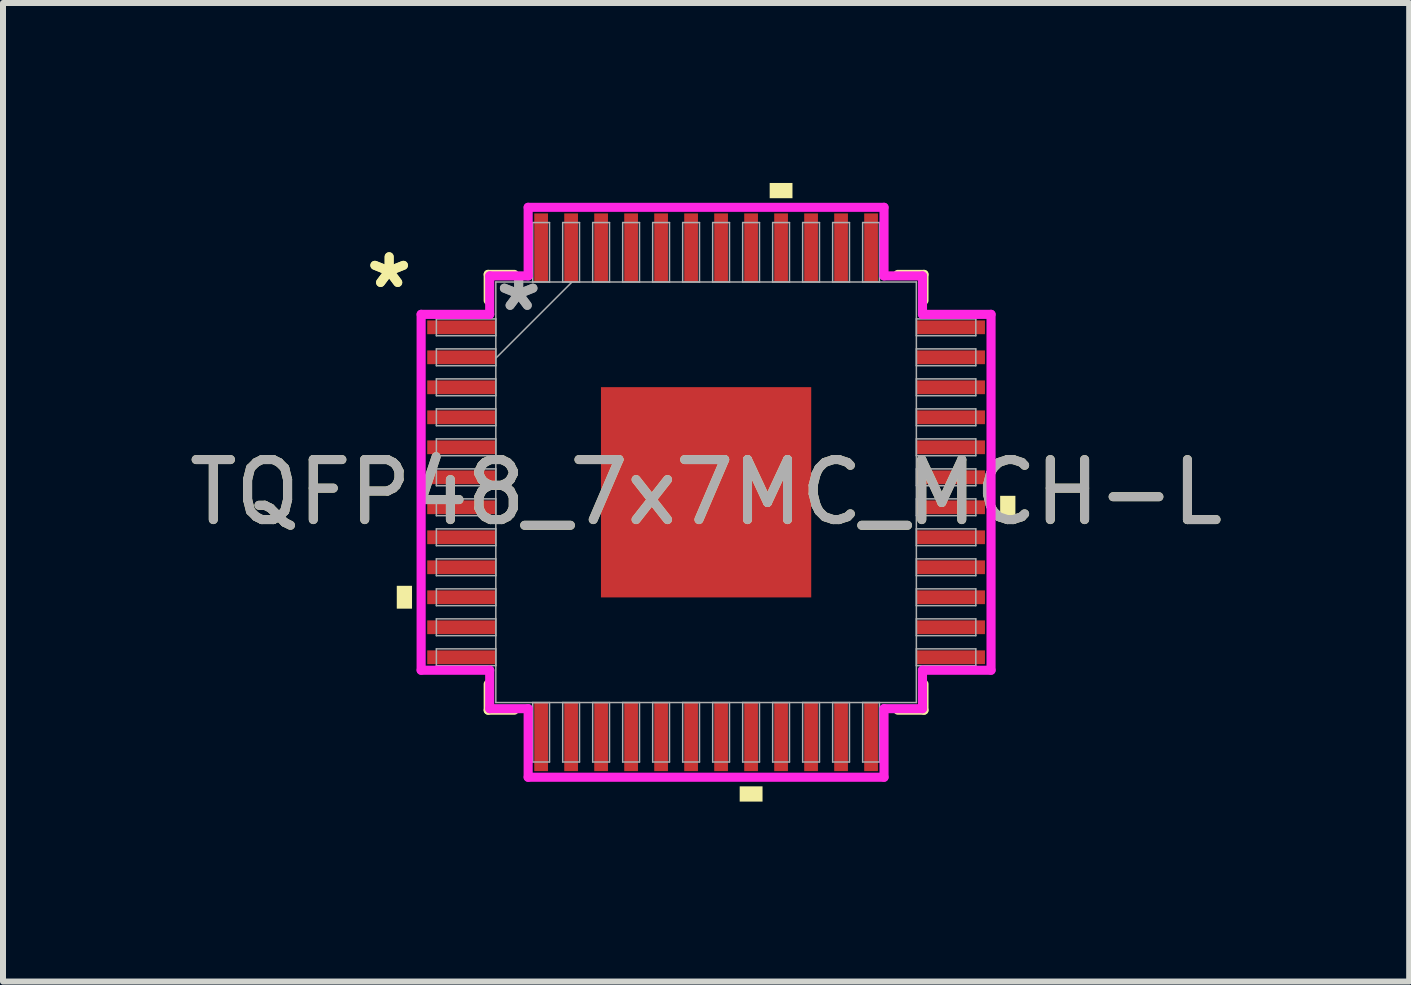
<source format=kicad_pcb>
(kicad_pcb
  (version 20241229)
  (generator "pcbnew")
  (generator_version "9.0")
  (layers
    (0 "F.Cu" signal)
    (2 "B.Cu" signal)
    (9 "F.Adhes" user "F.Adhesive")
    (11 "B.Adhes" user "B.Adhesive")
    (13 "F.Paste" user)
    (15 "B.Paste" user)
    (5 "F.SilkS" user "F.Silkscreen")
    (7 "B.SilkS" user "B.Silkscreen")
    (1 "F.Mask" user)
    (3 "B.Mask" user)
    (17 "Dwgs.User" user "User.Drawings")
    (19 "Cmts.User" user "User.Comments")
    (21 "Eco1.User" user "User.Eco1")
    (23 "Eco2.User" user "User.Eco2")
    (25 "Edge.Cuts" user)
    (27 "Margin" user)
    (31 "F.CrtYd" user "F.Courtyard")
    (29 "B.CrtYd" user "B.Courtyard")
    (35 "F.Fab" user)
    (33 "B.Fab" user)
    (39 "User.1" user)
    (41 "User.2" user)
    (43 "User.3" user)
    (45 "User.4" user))
  (footprint "TQFP48_7x7MC_MCH-L"
    (layer "F.Cu")
    (at 8.72 5.156)
    (property "Reference" "TQFP48_7x7MC_MCH-L" (at 0 0 0) (unlocked yes) (layer "F.SilkS") (effects (font (size 1 1) (thickness 0.15))))
    (attr smd)
    (fp_line (start -3.632 -3.632) (end -3.632 -3.197) (stroke (width 0.152) (type solid)) (layer "F.SilkS"))
    (fp_line (start -3.632 3.197) (end -3.632 3.632) (stroke (width 0.152) (type solid)) (layer "F.SilkS"))
    (fp_line (start -3.632 3.632) (end -3.197 3.632) (stroke (width 0.152) (type solid)) (layer "F.SilkS"))
    (fp_line (start -3.197 -3.632) (end -3.632 -3.632) (stroke (width 0.152) (type solid)) (layer "F.SilkS"))
    (fp_line (start 3.197 3.632) (end 3.632 3.632) (stroke (width 0.152) (type solid)) (layer "F.SilkS"))
    (fp_line (start 3.632 -3.632) (end 3.197 -3.632) (stroke (width 0.152) (type solid)) (layer "F.SilkS"))
    (fp_line (start 3.632 -3.197) (end 3.632 -3.632) (stroke (width 0.152) (type solid)) (layer "F.SilkS"))
    (fp_line (start 3.632 3.632) (end 3.632 3.197) (stroke (width 0.152) (type solid)) (layer "F.SilkS"))
    (fp_poly (pts (xy -5.156 1.559) (xy -5.156 1.94) (xy -4.902 1.94) (xy -4.902 1.559)) (stroke (width 0) (type solid)) (fill yes) (layer "F.SilkS"))
    (fp_poly (pts (xy 0.56 4.902) (xy 0.56 5.156) (xy 0.941 5.156) (xy 0.941 4.902)) (stroke (width 0) (type solid)) (fill yes) (layer "F.SilkS"))
    (fp_poly (pts (xy 1.06 -4.902) (xy 1.06 -5.156) (xy 1.44 -5.156) (xy 1.44 -4.902)) (stroke (width 0) (type solid)) (fill yes) (layer "F.SilkS"))
    (fp_poly (pts (xy 5.156 0.059) (xy 5.156 0.441) (xy 4.902 0.441) (xy 4.902 0.059)) (stroke (width 0) (type solid)) (fill yes) (layer "F.SilkS"))
    (fp_poly (pts (xy -1.653 -1.653) (xy -1.653 -0.1) (xy -0.1 -0.1) (xy -0.1 -1.653)) (stroke (width 0) (type solid)) (fill yes) (layer "F.Paste"))
    (fp_poly (pts (xy -1.653 0.1) (xy -1.653 1.653) (xy -0.1 1.653) (xy -0.1 0.1)) (stroke (width 0) (type solid)) (fill yes) (layer "F.Paste"))
    (fp_poly (pts (xy 0.1 -1.653) (xy 0.1 -0.1) (xy 1.653 -0.1) (xy 1.653 -1.653)) (stroke (width 0) (type solid)) (fill yes) (layer "F.Paste"))
    (fp_poly (pts (xy 0.1 0.1) (xy 0.1 1.653) (xy 1.653 1.653) (xy 1.653 0.1)) (stroke (width 0) (type solid)) (fill yes) (layer "F.Paste"))
    (fp_line (start -4.75 -2.966) (end -3.607 -2.966) (stroke (width 0.152) (type solid)) (layer "F.CrtYd"))
    (fp_line (start -4.75 2.966) (end -4.75 -2.966) (stroke (width 0.152) (type solid)) (layer "F.CrtYd"))
    (fp_line (start -3.607 -3.607) (end -2.966 -3.607) (stroke (width 0.152) (type solid)) (layer "F.CrtYd"))
    (fp_line (start -3.607 -2.966) (end -3.607 -3.607) (stroke (width 0.152) (type solid)) (layer "F.CrtYd"))
    (fp_line (start -3.607 2.966) (end -4.75 2.966) (stroke (width 0.152) (type solid)) (layer "F.CrtYd"))
    (fp_line (start -3.607 3.607) (end -3.607 2.966) (stroke (width 0.152) (type solid)) (layer "F.CrtYd"))
    (fp_line (start -3.607 3.607) (end -2.966 3.607) (stroke (width 0.152) (type solid)) (layer "F.CrtYd"))
    (fp_line (start -2.966 -4.75) (end 2.966 -4.75) (stroke (width 0.152) (type solid)) (layer "F.CrtYd"))
    (fp_line (start -2.966 -3.607) (end -2.966 -4.75) (stroke (width 0.152) (type solid)) (layer "F.CrtYd"))
    (fp_line (start -2.966 3.607) (end -2.966 4.75) (stroke (width 0.152) (type solid)) (layer "F.CrtYd"))
    (fp_line (start -2.966 4.75) (end 2.966 4.75) (stroke (width 0.152) (type solid)) (layer "F.CrtYd"))
    (fp_line (start 2.966 -4.75) (end 2.966 -3.607) (stroke (width 0.152) (type solid)) (layer "F.CrtYd"))
    (fp_line (start 2.966 -3.607) (end 3.607 -3.607) (stroke (width 0.152) (type solid)) (layer "F.CrtYd"))
    (fp_line (start 2.966 3.607) (end 3.607 3.607) (stroke (width 0.152) (type solid)) (layer "F.CrtYd"))
    (fp_line (start 2.966 4.75) (end 2.966 3.607) (stroke (width 0.152) (type solid)) (layer "F.CrtYd"))
    (fp_line (start 3.607 -2.966) (end 3.607 -3.607) (stroke (width 0.152) (type solid)) (layer "F.CrtYd"))
    (fp_line (start 3.607 2.966) (end 4.75 2.966) (stroke (width 0.152) (type solid)) (layer "F.CrtYd"))
    (fp_line (start 3.607 3.607) (end 3.607 2.966) (stroke (width 0.152) (type solid)) (layer "F.CrtYd"))
    (fp_line (start 4.75 -2.966) (end 3.607 -2.966) (stroke (width 0.152) (type solid)) (layer "F.CrtYd"))
    (fp_line (start 4.75 2.966) (end 4.75 -2.966) (stroke (width 0.152) (type solid)) (layer "F.CrtYd"))
    (fp_line (start -4.496 -2.89) (end -4.496 -2.61) (stroke (width 0.025) (type solid)) (layer "F.Fab"))
    (fp_line (start -4.496 -2.61) (end -3.505 -2.61) (stroke (width 0.025) (type solid)) (layer "F.Fab"))
    (fp_line (start -4.496 -2.39) (end -4.496 -2.11) (stroke (width 0.025) (type solid)) (layer "F.Fab"))
    (fp_line (start -4.496 -2.11) (end -3.505 -2.11) (stroke (width 0.025) (type solid)) (layer "F.Fab"))
    (fp_line (start -4.496 -1.89) (end -4.496 -1.61) (stroke (width 0.025) (type solid)) (layer "F.Fab"))
    (fp_line (start -4.496 -1.61) (end -3.505 -1.61) (stroke (width 0.025) (type solid)) (layer "F.Fab"))
    (fp_line (start -4.496 -1.39) (end -4.496 -1.11) (stroke (width 0.025) (type solid)) (layer "F.Fab"))
    (fp_line (start -4.496 -1.11) (end -3.505 -1.11) (stroke (width 0.025) (type solid)) (layer "F.Fab"))
    (fp_line (start -4.496 -0.89) (end -4.496 -0.61) (stroke (width 0.025) (type solid)) (layer "F.Fab"))
    (fp_line (start -4.496 -0.61) (end -3.505 -0.61) (stroke (width 0.025) (type solid)) (layer "F.Fab"))
    (fp_line (start -4.496 -0.39) (end -4.496 -0.11) (stroke (width 0.025) (type solid)) (layer "F.Fab"))
    (fp_line (start -4.496 -0.11) (end -3.505 -0.11) (stroke (width 0.025) (type solid)) (layer "F.Fab"))
    (fp_line (start -4.496 0.11) (end -4.496 0.39) (stroke (width 0.025) (type solid)) (layer "F.Fab"))
    (fp_line (start -4.496 0.39) (end -3.505 0.39) (stroke (width 0.025) (type solid)) (layer "F.Fab"))
    (fp_line (start -4.496 0.61) (end -4.496 0.89) (stroke (width 0.025) (type solid)) (layer "F.Fab"))
    (fp_line (start -4.496 0.89) (end -3.505 0.89) (stroke (width 0.025) (type solid)) (layer "F.Fab"))
    (fp_line (start -4.496 1.11) (end -4.496 1.39) (stroke (width 0.025) (type solid)) (layer "F.Fab"))
    (fp_line (start -4.496 1.39) (end -3.505 1.39) (stroke (width 0.025) (type solid)) (layer "F.Fab"))
    (fp_line (start -4.496 1.61) (end -4.496 1.89) (stroke (width 0.025) (type solid)) (layer "F.Fab"))
    (fp_line (start -4.496 1.89) (end -3.505 1.89) (stroke (width 0.025) (type solid)) (layer "F.Fab"))
    (fp_line (start -4.496 2.11) (end -4.496 2.39) (stroke (width 0.025) (type solid)) (layer "F.Fab"))
    (fp_line (start -4.496 2.39) (end -3.505 2.39) (stroke (width 0.025) (type solid)) (layer "F.Fab"))
    (fp_line (start -4.496 2.61) (end -4.496 2.89) (stroke (width 0.025) (type solid)) (layer "F.Fab"))
    (fp_line (start -4.496 2.89) (end -3.505 2.89) (stroke (width 0.025) (type solid)) (layer "F.Fab"))
    (fp_line (start -3.505 -3.505) (end -3.505 3.505) (stroke (width 0.025) (type solid)) (layer "F.Fab"))
    (fp_line (start -3.505 -2.89) (end -4.496 -2.89) (stroke (width 0.025) (type solid)) (layer "F.Fab"))
    (fp_line (start -3.505 -2.61) (end -3.505 -2.89) (stroke (width 0.025) (type solid)) (layer "F.Fab"))
    (fp_line (start -3.505 -2.39) (end -4.496 -2.39) (stroke (width 0.025) (type solid)) (layer "F.Fab"))
    (fp_line (start -3.505 -2.235) (end -2.235 -3.505) (stroke (width 0.025) (type solid)) (layer "F.Fab"))
    (fp_line (start -3.505 -2.11) (end -3.505 -2.39) (stroke (width 0.025) (type solid)) (layer "F.Fab"))
    (fp_line (start -3.505 -1.89) (end -4.496 -1.89) (stroke (width 0.025) (type solid)) (layer "F.Fab"))
    (fp_line (start -3.505 -1.61) (end -3.505 -1.89) (stroke (width 0.025) (type solid)) (layer "F.Fab"))
    (fp_line (start -3.505 -1.39) (end -4.496 -1.39) (stroke (width 0.025) (type solid)) (layer "F.Fab"))
    (fp_line (start -3.505 -1.11) (end -3.505 -1.39) (stroke (width 0.025) (type solid)) (layer "F.Fab"))
    (fp_line (start -3.505 -0.89) (end -4.496 -0.89) (stroke (width 0.025) (type solid)) (layer "F.Fab"))
    (fp_line (start -3.505 -0.61) (end -3.505 -0.89) (stroke (width 0.025) (type solid)) (layer "F.Fab"))
    (fp_line (start -3.505 -0.39) (end -4.496 -0.39) (stroke (width 0.025) (type solid)) (layer "F.Fab"))
    (fp_line (start -3.505 -0.11) (end -3.505 -0.39) (stroke (width 0.025) (type solid)) (layer "F.Fab"))
    (fp_line (start -3.505 0.11) (end -4.496 0.11) (stroke (width 0.025) (type solid)) (layer "F.Fab"))
    (fp_line (start -3.505 0.39) (end -3.505 0.11) (stroke (width 0.025) (type solid)) (layer "F.Fab"))
    (fp_line (start -3.505 0.61) (end -4.496 0.61) (stroke (width 0.025) (type solid)) (layer "F.Fab"))
    (fp_line (start -3.505 0.89) (end -3.505 0.61) (stroke (width 0.025) (type solid)) (layer "F.Fab"))
    (fp_line (start -3.505 1.11) (end -4.496 1.11) (stroke (width 0.025) (type solid)) (layer "F.Fab"))
    (fp_line (start -3.505 1.39) (end -3.505 1.11) (stroke (width 0.025) (type solid)) (layer "F.Fab"))
    (fp_line (start -3.505 1.61) (end -4.496 1.61) (stroke (width 0.025) (type solid)) (layer "F.Fab"))
    (fp_line (start -3.505 1.89) (end -3.505 1.61) (stroke (width 0.025) (type solid)) (layer "F.Fab"))
    (fp_line (start -3.505 2.11) (end -4.496 2.11) (stroke (width 0.025) (type solid)) (layer "F.Fab"))
    (fp_line (start -3.505 2.39) (end -3.505 2.11) (stroke (width 0.025) (type solid)) (layer "F.Fab"))
    (fp_line (start -3.505 2.61) (end -4.496 2.61) (stroke (width 0.025) (type solid)) (layer "F.Fab"))
    (fp_line (start -3.505 2.89) (end -3.505 2.61) (stroke (width 0.025) (type solid)) (layer "F.Fab"))
    (fp_line (start -3.505 3.505) (end 3.505 3.505) (stroke (width 0.025) (type solid)) (layer "F.Fab"))
    (fp_line (start -2.89 -4.496) (end -2.89 -3.505) (stroke (width 0.025) (type solid)) (layer "F.Fab"))
    (fp_line (start -2.89 -3.505) (end -2.61 -3.505) (stroke (width 0.025) (type solid)) (layer "F.Fab"))
    (fp_line (start -2.89 3.505) (end -2.89 4.496) (stroke (width 0.025) (type solid)) (layer "F.Fab"))
    (fp_line (start -2.89 4.496) (end -2.61 4.496) (stroke (width 0.025) (type solid)) (layer "F.Fab"))
    (fp_line (start -2.61 -4.496) (end -2.89 -4.496) (stroke (width 0.025) (type solid)) (layer "F.Fab"))
    (fp_line (start -2.61 -3.505) (end -2.61 -4.496) (stroke (width 0.025) (type solid)) (layer "F.Fab"))
    (fp_line (start -2.61 3.505) (end -2.89 3.505) (stroke (width 0.025) (type solid)) (layer "F.Fab"))
    (fp_line (start -2.61 4.496) (end -2.61 3.505) (stroke (width 0.025) (type solid)) (layer "F.Fab"))
    (fp_line (start -2.39 -4.496) (end -2.39 -3.505) (stroke (width 0.025) (type solid)) (layer "F.Fab"))
    (fp_line (start -2.39 -3.505) (end -2.11 -3.505) (stroke (width 0.025) (type solid)) (layer "F.Fab"))
    (fp_line (start -2.39 3.505) (end -2.39 4.496) (stroke (width 0.025) (type solid)) (layer "F.Fab"))
    (fp_line (start -2.39 4.496) (end -2.11 4.496) (stroke (width 0.025) (type solid)) (layer "F.Fab"))
    (fp_line (start -2.11 -4.496) (end -2.39 -4.496) (stroke (width 0.025) (type solid)) (layer "F.Fab"))
    (fp_line (start -2.11 -3.505) (end -2.11 -4.496) (stroke (width 0.025) (type solid)) (layer "F.Fab"))
    (fp_line (start -2.11 3.505) (end -2.39 3.505) (stroke (width 0.025) (type solid)) (layer "F.Fab"))
    (fp_line (start -2.11 4.496) (end -2.11 3.505) (stroke (width 0.025) (type solid)) (layer "F.Fab"))
    (fp_line (start -1.89 -4.496) (end -1.89 -3.505) (stroke (width 0.025) (type solid)) (layer "F.Fab"))
    (fp_line (start -1.89 -3.505) (end -1.61 -3.505) (stroke (width 0.025) (type solid)) (layer "F.Fab"))
    (fp_line (start -1.89 3.505) (end -1.89 4.496) (stroke (width 0.025) (type solid)) (layer "F.Fab"))
    (fp_line (start -1.89 4.496) (end -1.61 4.496) (stroke (width 0.025) (type solid)) (layer "F.Fab"))
    (fp_line (start -1.61 -4.496) (end -1.89 -4.496) (stroke (width 0.025) (type solid)) (layer "F.Fab"))
    (fp_line (start -1.61 -3.505) (end -1.61 -4.496) (stroke (width 0.025) (type solid)) (layer "F.Fab"))
    (fp_line (start -1.61 3.505) (end -1.89 3.505) (stroke (width 0.025) (type solid)) (layer "F.Fab"))
    (fp_line (start -1.61 4.496) (end -1.61 3.505) (stroke (width 0.025) (type solid)) (layer "F.Fab"))
    (fp_line (start -1.39 -4.496) (end -1.39 -3.505) (stroke (width 0.025) (type solid)) (layer "F.Fab"))
    (fp_line (start -1.39 -3.505) (end -1.11 -3.505) (stroke (width 0.025) (type solid)) (layer "F.Fab"))
    (fp_line (start -1.39 3.505) (end -1.39 4.496) (stroke (width 0.025) (type solid)) (layer "F.Fab"))
    (fp_line (start -1.39 4.496) (end -1.11 4.496) (stroke (width 0.025) (type solid)) (layer "F.Fab"))
    (fp_line (start -1.11 -4.496) (end -1.39 -4.496) (stroke (width 0.025) (type solid)) (layer "F.Fab"))
    (fp_line (start -1.11 -3.505) (end -1.11 -4.496) (stroke (width 0.025) (type solid)) (layer "F.Fab"))
    (fp_line (start -1.11 3.505) (end -1.39 3.505) (stroke (width 0.025) (type solid)) (layer "F.Fab"))
    (fp_line (start -1.11 4.496) (end -1.11 3.505) (stroke (width 0.025) (type solid)) (layer "F.Fab"))
    (fp_line (start -0.89 -4.496) (end -0.89 -3.505) (stroke (width 0.025) (type solid)) (layer "F.Fab"))
    (fp_line (start -0.89 -3.505) (end -0.61 -3.505) (stroke (width 0.025) (type solid)) (layer "F.Fab"))
    (fp_line (start -0.89 3.505) (end -0.89 4.496) (stroke (width 0.025) (type solid)) (layer "F.Fab"))
    (fp_line (start -0.89 4.496) (end -0.61 4.496) (stroke (width 0.025) (type solid)) (layer "F.Fab"))
    (fp_line (start -0.61 -4.496) (end -0.89 -4.496) (stroke (width 0.025) (type solid)) (layer "F.Fab"))
    (fp_line (start -0.61 -3.505) (end -0.61 -4.496) (stroke (width 0.025) (type solid)) (layer "F.Fab"))
    (fp_line (start -0.61 3.505) (end -0.89 3.505) (stroke (width 0.025) (type solid)) (layer "F.Fab"))
    (fp_line (start -0.61 4.496) (end -0.61 3.505) (stroke (width 0.025) (type solid)) (layer "F.Fab"))
    (fp_line (start -0.39 -4.496) (end -0.39 -3.505) (stroke (width 0.025) (type solid)) (layer "F.Fab"))
    (fp_line (start -0.39 -3.505) (end -0.11 -3.505) (stroke (width 0.025) (type solid)) (layer "F.Fab"))
    (fp_line (start -0.39 3.505) (end -0.39 4.496) (stroke (width 0.025) (type solid)) (layer "F.Fab"))
    (fp_line (start -0.39 4.496) (end -0.11 4.496) (stroke (width 0.025) (type solid)) (layer "F.Fab"))
    (fp_line (start -0.11 -4.496) (end -0.39 -4.496) (stroke (width 0.025) (type solid)) (layer "F.Fab"))
    (fp_line (start -0.11 -3.505) (end -0.11 -4.496) (stroke (width 0.025) (type solid)) (layer "F.Fab"))
    (fp_line (start -0.11 3.505) (end -0.39 3.505) (stroke (width 0.025) (type solid)) (layer "F.Fab"))
    (fp_line (start -0.11 4.496) (end -0.11 3.505) (stroke (width 0.025) (type solid)) (layer "F.Fab"))
    (fp_line (start 0.11 -4.496) (end 0.11 -3.505) (stroke (width 0.025) (type solid)) (layer "F.Fab"))
    (fp_line (start 0.11 -3.505) (end 0.39 -3.505) (stroke (width 0.025) (type solid)) (layer "F.Fab"))
    (fp_line (start 0.11 3.505) (end 0.11 4.496) (stroke (width 0.025) (type solid)) (layer "F.Fab"))
    (fp_line (start 0.11 4.496) (end 0.39 4.496) (stroke (width 0.025) (type solid)) (layer "F.Fab"))
    (fp_line (start 0.39 -4.496) (end 0.11 -4.496) (stroke (width 0.025) (type solid)) (layer "F.Fab"))
    (fp_line (start 0.39 -3.505) (end 0.39 -4.496) (stroke (width 0.025) (type solid)) (layer "F.Fab"))
    (fp_line (start 0.39 3.505) (end 0.11 3.505) (stroke (width 0.025) (type solid)) (layer "F.Fab"))
    (fp_line (start 0.39 4.496) (end 0.39 3.505) (stroke (width 0.025) (type solid)) (layer "F.Fab"))
    (fp_line (start 0.61 -4.496) (end 0.61 -3.505) (stroke (width 0.025) (type solid)) (layer "F.Fab"))
    (fp_line (start 0.61 -3.505) (end 0.89 -3.505) (stroke (width 0.025) (type solid)) (layer "F.Fab"))
    (fp_line (start 0.61 3.505) (end 0.61 4.496) (stroke (width 0.025) (type solid)) (layer "F.Fab"))
    (fp_line (start 0.61 4.496) (end 0.89 4.496) (stroke (width 0.025) (type solid)) (layer "F.Fab"))
    (fp_line (start 0.89 -4.496) (end 0.61 -4.496) (stroke (width 0.025) (type solid)) (layer "F.Fab"))
    (fp_line (start 0.89 -3.505) (end 0.89 -4.496) (stroke (width 0.025) (type solid)) (layer "F.Fab"))
    (fp_line (start 0.89 3.505) (end 0.61 3.505) (stroke (width 0.025) (type solid)) (layer "F.Fab"))
    (fp_line (start 0.89 4.496) (end 0.89 3.505) (stroke (width 0.025) (type solid)) (layer "F.Fab"))
    (fp_line (start 1.11 -4.496) (end 1.11 -3.505) (stroke (width 0.025) (type solid)) (layer "F.Fab"))
    (fp_line (start 1.11 -3.505) (end 1.39 -3.505) (stroke (width 0.025) (type solid)) (layer "F.Fab"))
    (fp_line (start 1.11 3.505) (end 1.11 4.496) (stroke (width 0.025) (type solid)) (layer "F.Fab"))
    (fp_line (start 1.11 4.496) (end 1.39 4.496) (stroke (width 0.025) (type solid)) (layer "F.Fab"))
    (fp_line (start 1.39 -4.496) (end 1.11 -4.496) (stroke (width 0.025) (type solid)) (layer "F.Fab"))
    (fp_line (start 1.39 -3.505) (end 1.39 -4.496) (stroke (width 0.025) (type solid)) (layer "F.Fab"))
    (fp_line (start 1.39 3.505) (end 1.11 3.505) (stroke (width 0.025) (type solid)) (layer "F.Fab"))
    (fp_line (start 1.39 4.496) (end 1.39 3.505) (stroke (width 0.025) (type solid)) (layer "F.Fab"))
    (fp_line (start 1.61 -4.496) (end 1.61 -3.505) (stroke (width 0.025) (type solid)) (layer "F.Fab"))
    (fp_line (start 1.61 -3.505) (end 1.89 -3.505) (stroke (width 0.025) (type solid)) (layer "F.Fab"))
    (fp_line (start 1.61 3.505) (end 1.61 4.496) (stroke (width 0.025) (type solid)) (layer "F.Fab"))
    (fp_line (start 1.61 4.496) (end 1.89 4.496) (stroke (width 0.025) (type solid)) (layer "F.Fab"))
    (fp_line (start 1.89 -4.496) (end 1.61 -4.496) (stroke (width 0.025) (type solid)) (layer "F.Fab"))
    (fp_line (start 1.89 -3.505) (end 1.89 -4.496) (stroke (width 0.025) (type solid)) (layer "F.Fab"))
    (fp_line (start 1.89 3.505) (end 1.61 3.505) (stroke (width 0.025) (type solid)) (layer "F.Fab"))
    (fp_line (start 1.89 4.496) (end 1.89 3.505) (stroke (width 0.025) (type solid)) (layer "F.Fab"))
    (fp_line (start 2.11 -4.496) (end 2.11 -3.505) (stroke (width 0.025) (type solid)) (layer "F.Fab"))
    (fp_line (start 2.11 -3.505) (end 2.39 -3.505) (stroke (width 0.025) (type solid)) (layer "F.Fab"))
    (fp_line (start 2.11 3.505) (end 2.11 4.496) (stroke (width 0.025) (type solid)) (layer "F.Fab"))
    (fp_line (start 2.11 4.496) (end 2.39 4.496) (stroke (width 0.025) (type solid)) (layer "F.Fab"))
    (fp_line (start 2.39 -4.496) (end 2.11 -4.496) (stroke (width 0.025) (type solid)) (layer "F.Fab"))
    (fp_line (start 2.39 -3.505) (end 2.39 -4.496) (stroke (width 0.025) (type solid)) (layer "F.Fab"))
    (fp_line (start 2.39 3.505) (end 2.11 3.505) (stroke (width 0.025) (type solid)) (layer "F.Fab"))
    (fp_line (start 2.39 4.496) (end 2.39 3.505) (stroke (width 0.025) (type solid)) (layer "F.Fab"))
    (fp_line (start 2.61 -4.496) (end 2.61 -3.505) (stroke (width 0.025) (type solid)) (layer "F.Fab"))
    (fp_line (start 2.61 -3.505) (end 2.89 -3.505) (stroke (width 0.025) (type solid)) (layer "F.Fab"))
    (fp_line (start 2.61 3.505) (end 2.61 4.496) (stroke (width 0.025) (type solid)) (layer "F.Fab"))
    (fp_line (start 2.61 4.496) (end 2.89 4.496) (stroke (width 0.025) (type solid)) (layer "F.Fab"))
    (fp_line (start 2.89 -4.496) (end 2.61 -4.496) (stroke (width 0.025) (type solid)) (layer "F.Fab"))
    (fp_line (start 2.89 -3.505) (end 2.89 -4.496) (stroke (width 0.025) (type solid)) (layer "F.Fab"))
    (fp_line (start 2.89 3.505) (end 2.61 3.505) (stroke (width 0.025) (type solid)) (layer "F.Fab"))
    (fp_line (start 2.89 4.496) (end 2.89 3.505) (stroke (width 0.025) (type solid)) (layer "F.Fab"))
    (fp_line (start 3.505 -3.505) (end -3.505 -3.505) (stroke (width 0.025) (type solid)) (layer "F.Fab"))
    (fp_line (start 3.505 -2.89) (end 3.505 -2.61) (stroke (width 0.025) (type solid)) (layer "F.Fab"))
    (fp_line (start 3.505 -2.61) (end 4.496 -2.61) (stroke (width 0.025) (type solid)) (layer "F.Fab"))
    (fp_line (start 3.505 -2.39) (end 3.505 -2.11) (stroke (width 0.025) (type solid)) (layer "F.Fab"))
    (fp_line (start 3.505 -2.11) (end 4.496 -2.11) (stroke (width 0.025) (type solid)) (layer "F.Fab"))
    (fp_line (start 3.505 -1.89) (end 3.505 -1.61) (stroke (width 0.025) (type solid)) (layer "F.Fab"))
    (fp_line (start 3.505 -1.61) (end 4.496 -1.61) (stroke (width 0.025) (type solid)) (layer "F.Fab"))
    (fp_line (start 3.505 -1.39) (end 3.505 -1.11) (stroke (width 0.025) (type solid)) (layer "F.Fab"))
    (fp_line (start 3.505 -1.11) (end 4.496 -1.11) (stroke (width 0.025) (type solid)) (layer "F.Fab"))
    (fp_line (start 3.505 -0.89) (end 3.505 -0.61) (stroke (width 0.025) (type solid)) (layer "F.Fab"))
    (fp_line (start 3.505 -0.61) (end 4.496 -0.61) (stroke (width 0.025) (type solid)) (layer "F.Fab"))
    (fp_line (start 3.505 -0.39) (end 3.505 -0.11) (stroke (width 0.025) (type solid)) (layer "F.Fab"))
    (fp_line (start 3.505 -0.11) (end 4.496 -0.11) (stroke (width 0.025) (type solid)) (layer "F.Fab"))
    (fp_line (start 3.505 0.11) (end 3.505 0.39) (stroke (width 0.025) (type solid)) (layer "F.Fab"))
    (fp_line (start 3.505 0.39) (end 4.496 0.39) (stroke (width 0.025) (type solid)) (layer "F.Fab"))
    (fp_line (start 3.505 0.61) (end 3.505 0.89) (stroke (width 0.025) (type solid)) (layer "F.Fab"))
    (fp_line (start 3.505 0.89) (end 4.496 0.89) (stroke (width 0.025) (type solid)) (layer "F.Fab"))
    (fp_line (start 3.505 1.11) (end 3.505 1.39) (stroke (width 0.025) (type solid)) (layer "F.Fab"))
    (fp_line (start 3.505 1.39) (end 4.496 1.39) (stroke (width 0.025) (type solid)) (layer "F.Fab"))
    (fp_line (start 3.505 1.61) (end 3.505 1.89) (stroke (width 0.025) (type solid)) (layer "F.Fab"))
    (fp_line (start 3.505 1.89) (end 4.496 1.89) (stroke (width 0.025) (type solid)) (layer "F.Fab"))
    (fp_line (start 3.505 2.11) (end 3.505 2.39) (stroke (width 0.025) (type solid)) (layer "F.Fab"))
    (fp_line (start 3.505 2.39) (end 4.496 2.39) (stroke (width 0.025) (type solid)) (layer "F.Fab"))
    (fp_line (start 3.505 2.61) (end 3.505 2.89) (stroke (width 0.025) (type solid)) (layer "F.Fab"))
    (fp_line (start 3.505 2.89) (end 4.496 2.89) (stroke (width 0.025) (type solid)) (layer "F.Fab"))
    (fp_line (start 3.505 3.505) (end 3.505 -3.505) (stroke (width 0.025) (type solid)) (layer "F.Fab"))
    (fp_line (start 4.496 -2.89) (end 3.505 -2.89) (stroke (width 0.025) (type solid)) (layer "F.Fab"))
    (fp_line (start 4.496 -2.61) (end 4.496 -2.89) (stroke (width 0.025) (type solid)) (layer "F.Fab"))
    (fp_line (start 4.496 -2.39) (end 3.505 -2.39) (stroke (width 0.025) (type solid)) (layer "F.Fab"))
    (fp_line (start 4.496 -2.11) (end 4.496 -2.39) (stroke (width 0.025) (type solid)) (layer "F.Fab"))
    (fp_line (start 4.496 -1.89) (end 3.505 -1.89) (stroke (width 0.025) (type solid)) (layer "F.Fab"))
    (fp_line (start 4.496 -1.61) (end 4.496 -1.89) (stroke (width 0.025) (type solid)) (layer "F.Fab"))
    (fp_line (start 4.496 -1.39) (end 3.505 -1.39) (stroke (width 0.025) (type solid)) (layer "F.Fab"))
    (fp_line (start 4.496 -1.11) (end 4.496 -1.39) (stroke (width 0.025) (type solid)) (layer "F.Fab"))
    (fp_line (start 4.496 -0.89) (end 3.505 -0.89) (stroke (width 0.025) (type solid)) (layer "F.Fab"))
    (fp_line (start 4.496 -0.61) (end 4.496 -0.89) (stroke (width 0.025) (type solid)) (layer "F.Fab"))
    (fp_line (start 4.496 -0.39) (end 3.505 -0.39) (stroke (width 0.025) (type solid)) (layer "F.Fab"))
    (fp_line (start 4.496 -0.11) (end 4.496 -0.39) (stroke (width 0.025) (type solid)) (layer "F.Fab"))
    (fp_line (start 4.496 0.11) (end 3.505 0.11) (stroke (width 0.025) (type solid)) (layer "F.Fab"))
    (fp_line (start 4.496 0.39) (end 4.496 0.11) (stroke (width 0.025) (type solid)) (layer "F.Fab"))
    (fp_line (start 4.496 0.61) (end 3.505 0.61) (stroke (width 0.025) (type solid)) (layer "F.Fab"))
    (fp_line (start 4.496 0.89) (end 4.496 0.61) (stroke (width 0.025) (type solid)) (layer "F.Fab"))
    (fp_line (start 4.496 1.11) (end 3.505 1.11) (stroke (width 0.025) (type solid)) (layer "F.Fab"))
    (fp_line (start 4.496 1.39) (end 4.496 1.11) (stroke (width 0.025) (type solid)) (layer "F.Fab"))
    (fp_line (start 4.496 1.61) (end 3.505 1.61) (stroke (width 0.025) (type solid)) (layer "F.Fab"))
    (fp_line (start 4.496 1.89) (end 4.496 1.61) (stroke (width 0.025) (type solid)) (layer "F.Fab"))
    (fp_line (start 4.496 2.11) (end 3.505 2.11) (stroke (width 0.025) (type solid)) (layer "F.Fab"))
    (fp_line (start 4.496 2.39) (end 4.496 2.11) (stroke (width 0.025) (type solid)) (layer "F.Fab"))
    (fp_line (start 4.496 2.61) (end 3.505 2.61) (stroke (width 0.025) (type solid)) (layer "F.Fab"))
    (fp_line (start 4.496 2.89) (end 4.496 2.61) (stroke (width 0.025) (type solid)) (layer "F.Fab"))
    (fp_text user "*" (at -5.283 -3.381 0) (layer "F.SilkS") (effects (font (size 1 1) (thickness 0.15))))
    (fp_text user "*" (at -5.283 -3.381 0) (unlocked yes) (layer "F.SilkS") (effects (font (size 1 1) (thickness 0.15))))
    (fp_text user "*" (at -3.124 -3 0) (unlocked yes) (layer "F.Fab") (effects (font (size 1 1) (thickness 0.15))))
    (fp_text user "*" (at -3.124 -3 0) (layer "F.Fab") (effects (font (size 1 1) (thickness 0.15))))
    (fp_text user "${REFERENCE}" (at 0 0 0) (unlocked yes) (layer "F.Fab") (effects (font (size 1 1) (thickness 0.15))))
    (pad "1" smd rect (at -4.077 -2.75 90) (size 0.229 1.143) (layers "F.Cu" "F.Mask" "F.Paste"))
    (pad "2" smd rect (at -4.077 -2.25 90) (size 0.229 1.143) (layers "F.Cu" "F.Mask" "F.Paste"))
    (pad "3" smd rect (at -4.077 -1.75 90) (size 0.229 1.143) (layers "F.Cu" "F.Mask" "F.Paste"))
    (pad "4" smd rect (at -4.077 -1.25 90) (size 0.229 1.143) (layers "F.Cu" "F.Mask" "F.Paste"))
    (pad "5" smd rect (at -4.077 -0.75 90) (size 0.229 1.143) (layers "F.Cu" "F.Mask" "F.Paste"))
    (pad "6" smd rect (at -4.077 -0.25 90) (size 0.229 1.143) (layers "F.Cu" "F.Mask" "F.Paste"))
    (pad "7" smd rect (at -4.077 0.25 90) (size 0.229 1.143) (layers "F.Cu" "F.Mask" "F.Paste"))
    (pad "8" smd rect (at -4.077 0.75 90) (size 0.229 1.143) (layers "F.Cu" "F.Mask" "F.Paste"))
    (pad "9" smd rect (at -4.077 1.25 90) (size 0.229 1.143) (layers "F.Cu" "F.Mask" "F.Paste"))
    (pad "10" smd rect (at -4.077 1.75 90) (size 0.229 1.143) (layers "F.Cu" "F.Mask" "F.Paste"))
    (pad "11" smd rect (at -4.077 2.25 90) (size 0.229 1.143) (layers "F.Cu" "F.Mask" "F.Paste"))
    (pad "12" smd rect (at -4.077 2.75 90) (size 0.229 1.143) (layers "F.Cu" "F.Mask" "F.Paste"))
    (pad "13" smd rect (at -2.75 4.077) (size 0.229 1.143) (layers "F.Cu" "F.Mask" "F.Paste"))
    (pad "14" smd rect (at -2.25 4.077) (size 0.229 1.143) (layers "F.Cu" "F.Mask" "F.Paste"))
    (pad "15" smd rect (at -1.75 4.077) (size 0.229 1.143) (layers "F.Cu" "F.Mask" "F.Paste"))
    (pad "16" smd rect (at -1.25 4.077) (size 0.229 1.143) (layers "F.Cu" "F.Mask" "F.Paste"))
    (pad "17" smd rect (at -0.75 4.077) (size 0.229 1.143) (layers "F.Cu" "F.Mask" "F.Paste"))
    (pad "18" smd rect (at -0.25 4.077) (size 0.229 1.143) (layers "F.Cu" "F.Mask" "F.Paste"))
    (pad "19" smd rect (at 0.25 4.077) (size 0.229 1.143) (layers "F.Cu" "F.Mask" "F.Paste"))
    (pad "20" smd rect (at 0.75 4.077) (size 0.229 1.143) (layers "F.Cu" "F.Mask" "F.Paste"))
    (pad "21" smd rect (at 1.25 4.077) (size 0.229 1.143) (layers "F.Cu" "F.Mask" "F.Paste"))
    (pad "22" smd rect (at 1.75 4.077) (size 0.229 1.143) (layers "F.Cu" "F.Mask" "F.Paste"))
    (pad "23" smd rect (at 2.25 4.077) (size 0.229 1.143) (layers "F.Cu" "F.Mask" "F.Paste"))
    (pad "24" smd rect (at 2.75 4.077) (size 0.229 1.143) (layers "F.Cu" "F.Mask" "F.Paste"))
    (pad "25" smd rect (at 4.077 2.75 90) (size 0.229 1.143) (layers "F.Cu" "F.Mask" "F.Paste"))
    (pad "26" smd rect (at 4.077 2.25 90) (size 0.229 1.143) (layers "F.Cu" "F.Mask" "F.Paste"))
    (pad "27" smd rect (at 4.077 1.75 90) (size 0.229 1.143) (layers "F.Cu" "F.Mask" "F.Paste"))
    (pad "28" smd rect (at 4.077 1.25 90) (size 0.229 1.143) (layers "F.Cu" "F.Mask" "F.Paste"))
    (pad "29" smd rect (at 4.077 0.75 90) (size 0.229 1.143) (layers "F.Cu" "F.Mask" "F.Paste"))
    (pad "30" smd rect (at 4.077 0.25 90) (size 0.229 1.143) (layers "F.Cu" "F.Mask" "F.Paste"))
    (pad "31" smd rect (at 4.077 -0.25 90) (size 0.229 1.143) (layers "F.Cu" "F.Mask" "F.Paste"))
    (pad "32" smd rect (at 4.077 -0.75 90) (size 0.229 1.143) (layers "F.Cu" "F.Mask" "F.Paste"))
    (pad "33" smd rect (at 4.077 -1.25 90) (size 0.229 1.143) (layers "F.Cu" "F.Mask" "F.Paste"))
    (pad "34" smd rect (at 4.077 -1.75 90) (size 0.229 1.143) (layers "F.Cu" "F.Mask" "F.Paste"))
    (pad "35" smd rect (at 4.077 -2.25 90) (size 0.229 1.143) (layers "F.Cu" "F.Mask" "F.Paste"))
    (pad "36" smd rect (at 4.077 -2.75 90) (size 0.229 1.143) (layers "F.Cu" "F.Mask" "F.Paste"))
    (pad "37" smd rect (at 2.75 -4.077) (size 0.229 1.143) (layers "F.Cu" "F.Mask" "F.Paste"))
    (pad "38" smd rect (at 2.25 -4.077) (size 0.229 1.143) (layers "F.Cu" "F.Mask" "F.Paste"))
    (pad "39" smd rect (at 1.75 -4.077) (size 0.229 1.143) (layers "F.Cu" "F.Mask" "F.Paste"))
    (pad "40" smd rect (at 1.25 -4.077) (size 0.229 1.143) (layers "F.Cu" "F.Mask" "F.Paste"))
    (pad "41" smd rect (at 0.75 -4.077) (size 0.229 1.143) (layers "F.Cu" "F.Mask" "F.Paste"))
    (pad "42" smd rect (at 0.25 -4.077) (size 0.229 1.143) (layers "F.Cu" "F.Mask" "F.Paste"))
    (pad "43" smd rect (at -0.25 -4.077) (size 0.229 1.143) (layers "F.Cu" "F.Mask" "F.Paste"))
    (pad "44" smd rect (at -0.75 -4.077) (size 0.229 1.143) (layers "F.Cu" "F.Mask" "F.Paste"))
    (pad "45" smd rect (at -1.25 -4.077) (size 0.229 1.143) (layers "F.Cu" "F.Mask" "F.Paste"))
    (pad "46" smd rect (at -1.75 -4.077) (size 0.229 1.143) (layers "F.Cu" "F.Mask" "F.Paste"))
    (pad "47" smd rect (at -2.25 -4.077) (size 0.229 1.143) (layers "F.Cu" "F.Mask" "F.Paste"))
    (pad "48" smd rect (at -2.75 -4.077) (size 0.229 1.143) (layers "F.Cu" "F.Mask" "F.Paste"))
    (pad "EPAD" smd rect (at 0 0) (size 3.505 3.505) (layers "F.Cu" "F.Mask")))
  (gr_rect
    (start -3 -3)
    (end 20.44 13.312)
    (stroke (width 0.1) (type default))
    (fill no)
    (layer "Edge.Cuts")))
</source>
